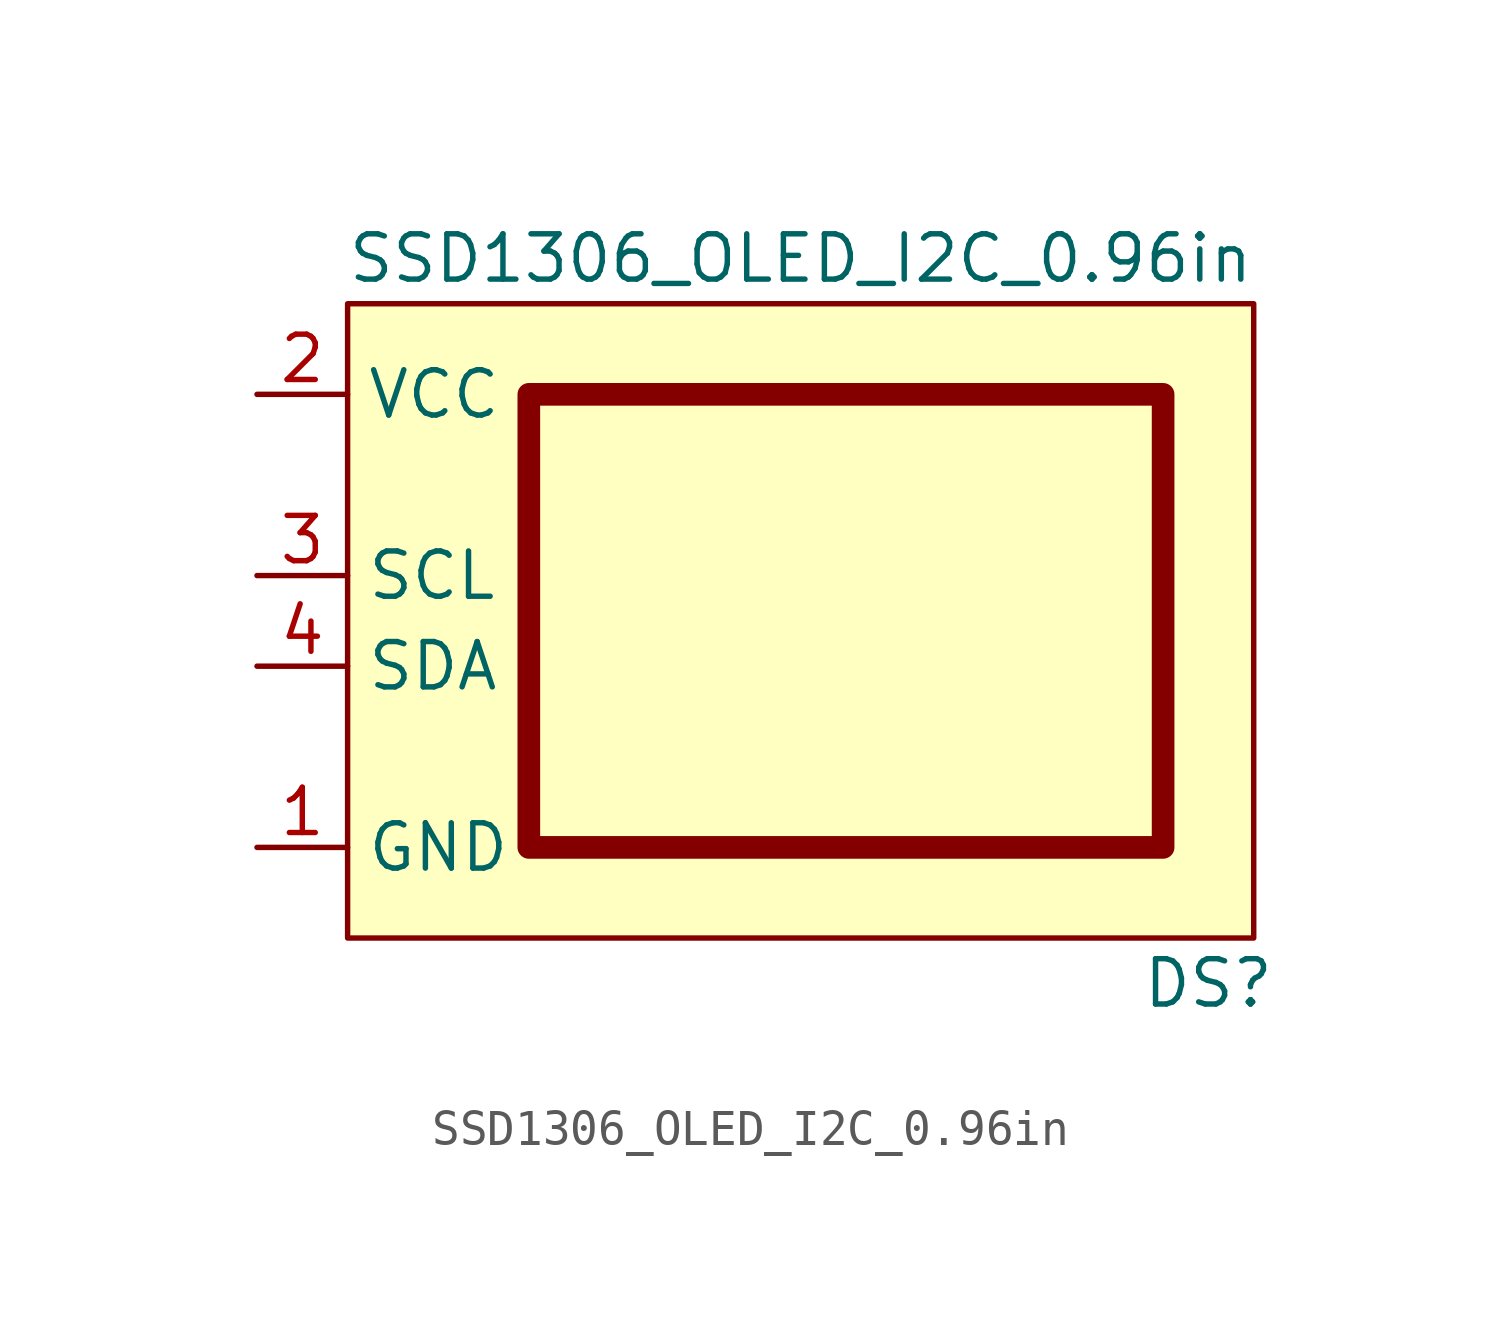
<source format=kicad_sym>
(kicad_symbol_lib
  (version 20211014)
  (generator kicad_symbol_editor)
  (symbol "SSD1306_OLED_I2C_0.96in"
    (property "Reference" "DS"
      (at 24.13 -16.51 0)
      (effects (font (size 1.27 1.27))))
    (property "Value" "SSD1306_OLED_I2C_0.96in"
      (at 12.7 3.81 0)
      (effects (font (size 1.27 1.27))))
    (symbol "SSD1306_OLED_I2C_0.96in_0_1"
      (rectangle (start 0 2.54) (end 25.4 -15.24) (stroke (width 0) (type default) (color 0 0 0 0)) (fill (type background)))
      (rectangle (start 5.08 0) (end 22.86 -12.7) (stroke (width 0.635) (type default) (color 0 0 0 0)) (fill (type background))))
    (symbol "SSD1306_OLED_I2C_0.96in_1_1"
      (pin power_in line (at -2.54 -12.7 0) (length 2.54) (name "GND" (effects (font (size 1.27 1.27)))) (number "1" (effects (font (size 1.27 1.27)))))
      (pin power_in line (at -2.54 0 0) (length 2.54) (name "VCC" (effects (font (size 1.27 1.27)))) (number "2" (effects (font (size 1.27 1.27)))))
      (pin passive line (at -2.54 -5.08 0) (length 2.54) (name "SCL" (effects (font (size 1.27 1.27)))) (number "3" (effects (font (size 1.27 1.27)))))
      (pin passive line (at -2.54 -7.62 0) (length 2.54) (name "SDA" (effects (font (size 1.27 1.27)))) (number "4" (effects (font (size 1.27 1.27))))))))
</source>
